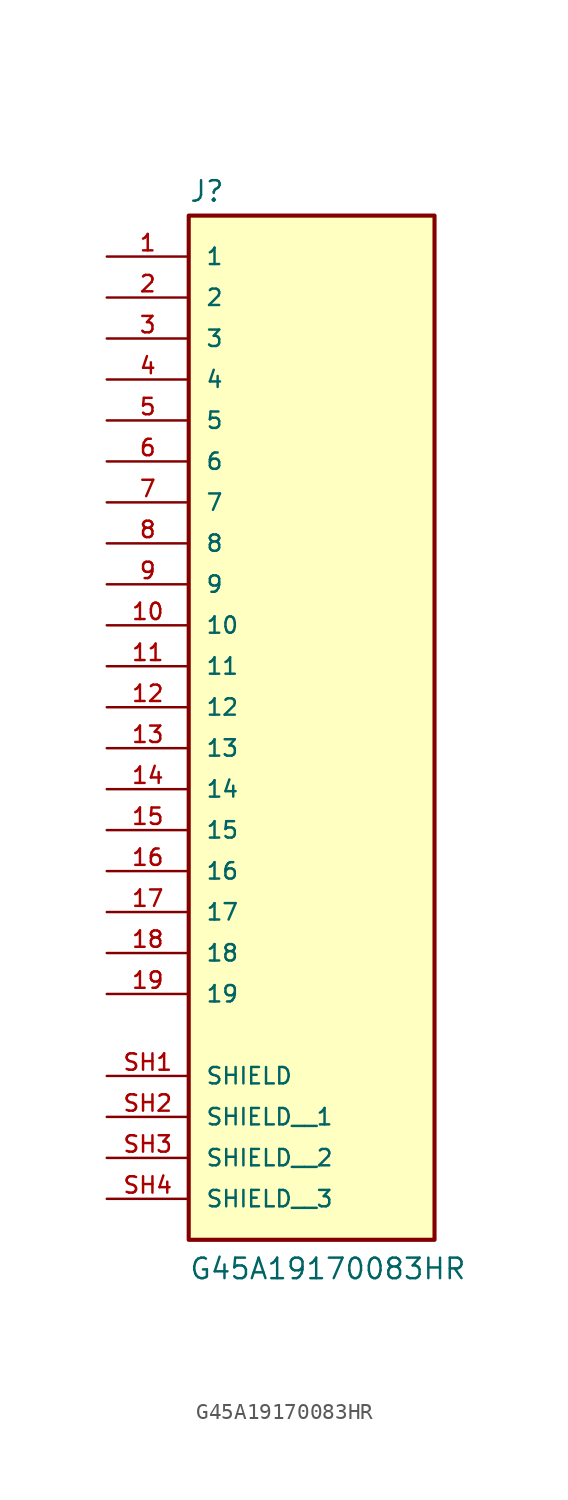
<source format=kicad_sym>
(kicad_symbol_lib
  (version 20211014)
  (generator kicad_symbol_editor)
  (symbol "G45A19170083HR"
    (pin_names
      (offset 1.016))
    (property "Reference" "J"
      (at -7.62 28.702 0)
      (effects (font (size 1.27 1.27)) (justify bottom left)))
    (property "Value" "G45A19170083HR"
      (at -7.62 -38.1 0)
      (effects (font (size 1.27 1.27)) (justify bottom left)))
    (symbol "G45A19170083HR_0_0"
      (rectangle (start -7.62 -35.56) (end 7.62 27.94) (stroke (width 0.254)) (fill (type background)))
      (pin passive line (at -12.7 25.4 0) (length 5.08) (name "1" (effects (font (size 1.016 1.016)))) (number "1" (effects (font (size 1.016 1.016)))))
      (pin passive line (at -12.7 22.86 0) (length 5.08) (name "2" (effects (font (size 1.016 1.016)))) (number "2" (effects (font (size 1.016 1.016)))))
      (pin passive line (at -12.7 20.32 0) (length 5.08) (name "3" (effects (font (size 1.016 1.016)))) (number "3" (effects (font (size 1.016 1.016)))))
      (pin passive line (at -12.7 17.78 0) (length 5.08) (name "4" (effects (font (size 1.016 1.016)))) (number "4" (effects (font (size 1.016 1.016)))))
      (pin passive line (at -12.7 15.24 0) (length 5.08) (name "5" (effects (font (size 1.016 1.016)))) (number "5" (effects (font (size 1.016 1.016)))))
      (pin passive line (at -12.7 12.7 0) (length 5.08) (name "6" (effects (font (size 1.016 1.016)))) (number "6" (effects (font (size 1.016 1.016)))))
      (pin passive line (at -12.7 10.16 0) (length 5.08) (name "7" (effects (font (size 1.016 1.016)))) (number "7" (effects (font (size 1.016 1.016)))))
      (pin passive line (at -12.7 7.62 0) (length 5.08) (name "8" (effects (font (size 1.016 1.016)))) (number "8" (effects (font (size 1.016 1.016)))))
      (pin passive line (at -12.7 5.08 0) (length 5.08) (name "9" (effects (font (size 1.016 1.016)))) (number "9" (effects (font (size 1.016 1.016)))))
      (pin passive line (at -12.7 2.54 0) (length 5.08) (name "10" (effects (font (size 1.016 1.016)))) (number "10" (effects (font (size 1.016 1.016)))))
      (pin passive line (at -12.7 0.0 0) (length 5.08) (name "11" (effects (font (size 1.016 1.016)))) (number "11" (effects (font (size 1.016 1.016)))))
      (pin passive line (at -12.7 -2.54 0) (length 5.08) (name "12" (effects (font (size 1.016 1.016)))) (number "12" (effects (font (size 1.016 1.016)))))
      (pin passive line (at -12.7 -5.08 0) (length 5.08) (name "13" (effects (font (size 1.016 1.016)))) (number "13" (effects (font (size 1.016 1.016)))))
      (pin passive line (at -12.7 -7.62 0) (length 5.08) (name "14" (effects (font (size 1.016 1.016)))) (number "14" (effects (font (size 1.016 1.016)))))
      (pin passive line (at -12.7 -10.16 0) (length 5.08) (name "15" (effects (font (size 1.016 1.016)))) (number "15" (effects (font (size 1.016 1.016)))))
      (pin passive line (at -12.7 -12.7 0) (length 5.08) (name "16" (effects (font (size 1.016 1.016)))) (number "16" (effects (font (size 1.016 1.016)))))
      (pin passive line (at -12.7 -15.24 0) (length 5.08) (name "17" (effects (font (size 1.016 1.016)))) (number "17" (effects (font (size 1.016 1.016)))))
      (pin passive line (at -12.7 -17.78 0) (length 5.08) (name "18" (effects (font (size 1.016 1.016)))) (number "18" (effects (font (size 1.016 1.016)))))
      (pin passive line (at -12.7 -20.32 0) (length 5.08) (name "19" (effects (font (size 1.016 1.016)))) (number "19" (effects (font (size 1.016 1.016)))))
      (pin passive line (at -12.7 -25.4 0) (length 5.08) (name "SHIELD" (effects (font (size 1.016 1.016)))) (number "SH1" (effects (font (size 1.016 1.016)))))
      (pin passive line (at -12.7 -27.94 0) (length 5.08) (name "SHIELD__1" (effects (font (size 1.016 1.016)))) (number "SH2" (effects (font (size 1.016 1.016)))))
      (pin passive line (at -12.7 -30.48 0) (length 5.08) (name "SHIELD__2" (effects (font (size 1.016 1.016)))) (number "SH3" (effects (font (size 1.016 1.016)))))
      (pin passive line (at -12.7 -33.02 0) (length 5.08) (name "SHIELD__3" (effects (font (size 1.016 1.016)))) (number "SH4" (effects (font (size 1.016 1.016))))))))
</source>
